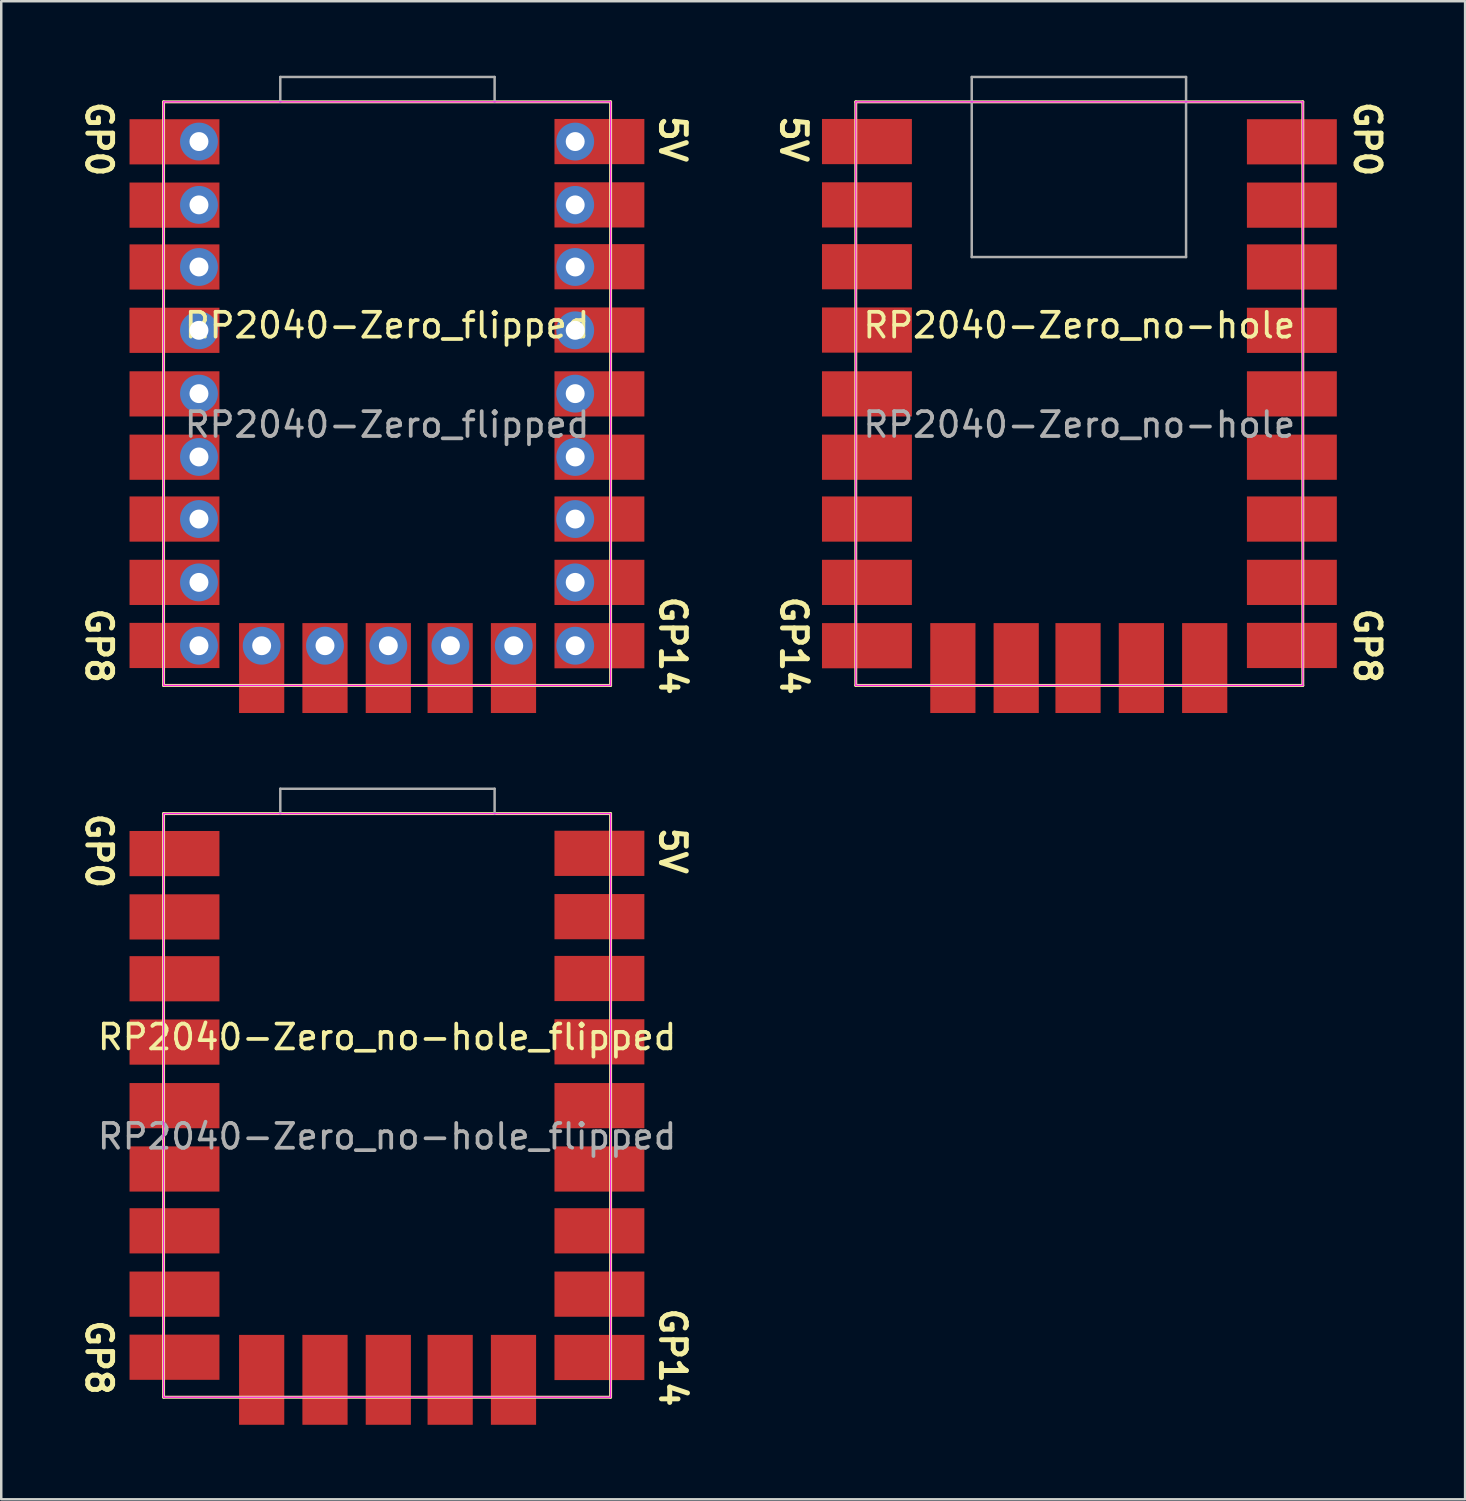
<source format=kicad_pcb>
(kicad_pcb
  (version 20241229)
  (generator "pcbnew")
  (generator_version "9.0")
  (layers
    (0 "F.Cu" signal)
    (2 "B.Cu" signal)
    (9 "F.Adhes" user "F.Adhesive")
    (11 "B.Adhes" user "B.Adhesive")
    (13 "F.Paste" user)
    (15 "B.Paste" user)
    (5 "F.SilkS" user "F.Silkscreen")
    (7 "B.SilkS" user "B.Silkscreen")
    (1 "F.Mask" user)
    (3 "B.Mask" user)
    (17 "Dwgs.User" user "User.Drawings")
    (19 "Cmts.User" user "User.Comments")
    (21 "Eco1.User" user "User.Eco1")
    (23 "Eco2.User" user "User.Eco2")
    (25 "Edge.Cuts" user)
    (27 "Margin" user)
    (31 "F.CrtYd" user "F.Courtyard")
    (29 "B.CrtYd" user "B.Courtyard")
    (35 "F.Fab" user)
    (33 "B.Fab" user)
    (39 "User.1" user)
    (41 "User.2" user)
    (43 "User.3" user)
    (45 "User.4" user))
  (footprint "RP2040-Zero_flipped"
    (layer "F.Cu")
    (at 3.436 24.55)
    (property "Reference" "RP2040-Zero_flipped" (at 9.1 -14.5 0) (unlocked yes) (layer "F.SilkS") (effects (font (size 1 1) (thickness 0.15))))
    (attr through_hole)
    (fp_line (start 0.1 -23.5) (end 18.1 -23.5) (stroke (width 0.12) (type solid)) (layer "F.SilkS"))
    (fp_line (start 0.1 0) (end 0.1 -23.5) (stroke (width 0.12) (type solid)) (layer "F.SilkS"))
    (fp_line (start 18.1 -23.5) (end 18.1 0) (stroke (width 0.12) (type solid)) (layer "F.SilkS"))
    (fp_line (start 18.1 0) (end 0.1 0) (stroke (width 0.12) (type solid)) (layer "F.SilkS"))
    (fp_line (start 0.1 -23.5) (end 0.1 0) (stroke (width 0.05) (type solid)) (layer "F.CrtYd"))
    (fp_line (start 0.1 0) (end 18.1 0) (stroke (width 0.05) (type solid)) (layer "F.CrtYd"))
    (fp_line (start 18.1 -23.5) (end 0.1 -23.5) (stroke (width 0.05) (type solid)) (layer "F.CrtYd"))
    (fp_line (start 18.1 0) (end 18.1 -23.5) (stroke (width 0.05) (type solid)) (layer "F.CrtYd"))
    (fp_line (start 4.8 -24.5) (end 4.8 -23.5) (stroke (width 0.1) (type solid)) (layer "F.Fab"))
    (fp_line (start 13.43 -24.5) (end 4.8 -24.5) (stroke (width 0.1) (type solid)) (layer "F.Fab"))
    (fp_line (start 13.43 -24.5) (end 13.43 -23.5) (stroke (width 0.1) (type solid)) (layer "F.Fab"))
    (fp_text user "GP0" (at -2.5 -22 270) (unlocked yes) (layer "F.SilkS") (effects (font (size 1 1) (thickness 0.2))))
    (fp_text user "GP8" (at -2.5 -1.6 270) (unlocked yes) (layer "F.SilkS") (effects (font (size 1 1) (thickness 0.2))))
    (fp_text user "5V" (at 20.6 -22 270) (unlocked yes) (layer "F.SilkS") (effects (font (size 1 1) (thickness 0.2))))
    (fp_text user "GP14" (at 20.6 -1.6 270) (unlocked yes) (layer "F.SilkS") (effects (font (size 1 1) (thickness 0.2))))
    (fp_text user "${REFERENCE}" (at 9.1 -10.5 0) (unlocked yes) (layer "F.Fab") (effects (font (size 1 1) (thickness 0.15))))
    (pad "" thru_hole circle (at 1.525 -21.9) (size 1.524 1.524) (drill 0.762) (layers "*.Cu" "*.Mask"))
    (pad "" thru_hole circle (at 1.525 -19.35) (size 1.524 1.524) (drill 0.762) (layers "*.Cu" "*.Mask"))
    (pad "" thru_hole circle (at 1.525 -16.85) (size 1.524 1.524) (drill 0.762) (layers "*.Cu" "*.Mask"))
    (pad "" thru_hole circle (at 1.525 -14.3) (size 1.524 1.524) (drill 0.762) (layers "*.Cu" "*.Mask"))
    (pad "" thru_hole circle (at 1.525 -11.75) (size 1.524 1.524) (drill 0.762) (layers "*.Cu" "*.Mask"))
    (pad "" thru_hole circle (at 1.525 -9.2) (size 1.524 1.524) (drill 0.762) (layers "*.Cu" "*.Mask"))
    (pad "" thru_hole circle (at 1.525 -6.7) (size 1.524 1.524) (drill 0.762) (layers "*.Cu" "*.Mask"))
    (pad "" thru_hole circle (at 1.525 -4.15) (size 1.524 1.524) (drill 0.762) (layers "*.Cu" "*.Mask"))
    (pad "" thru_hole circle (at 1.525 -1.6) (size 1.524 1.524) (drill 0.762) (layers "*.Cu" "*.Mask"))
    (pad "" thru_hole circle (at 4.05 -1.6 270) (size 1.524 1.524) (drill 0.762) (layers "*.Cu" "*.Mask"))
    (pad "" thru_hole circle (at 6.6 -1.6 270) (size 1.524 1.524) (drill 0.762) (layers "*.Cu" "*.Mask"))
    (pad "" thru_hole circle (at 9.15 -1.6 270) (size 1.524 1.524) (drill 0.762) (layers "*.Cu" "*.Mask"))
    (pad "" thru_hole circle (at 11.65 -1.6 270) (size 1.524 1.524) (drill 0.762) (layers "*.Cu" "*.Mask"))
    (pad "" thru_hole circle (at 14.2 -1.6 270) (size 1.524 1.524) (drill 0.762) (layers "*.Cu" "*.Mask"))
    (pad "" thru_hole circle (at 16.675 -21.9) (size 1.524 1.524) (drill 0.762) (layers "*.Cu" "*.Mask"))
    (pad "" thru_hole circle (at 16.675 -19.35) (size 1.524 1.524) (drill 0.762) (layers "*.Cu" "*.Mask"))
    (pad "" thru_hole circle (at 16.675 -16.85) (size 1.524 1.524) (drill 0.762) (layers "*.Cu" "*.Mask"))
    (pad "" thru_hole circle (at 16.675 -14.3) (size 1.524 1.524) (drill 0.762) (layers "*.Cu" "*.Mask"))
    (pad "" thru_hole circle (at 16.675 -11.75) (size 1.524 1.524) (drill 0.762) (layers "*.Cu" "*.Mask"))
    (pad "" thru_hole circle (at 16.675 -9.2) (size 1.524 1.524) (drill 0.762) (layers "*.Cu" "*.Mask"))
    (pad "" thru_hole circle (at 16.675 -6.7) (size 1.524 1.524) (drill 0.762) (layers "*.Cu" "*.Mask"))
    (pad "" thru_hole circle (at 16.675 -4.15) (size 1.524 1.524) (drill 0.762) (layers "*.Cu" "*.Mask"))
    (pad "" thru_hole circle (at 16.675 -1.6) (size 1.524 1.524) (drill 0.762) (layers "*.Cu" "*.Mask"))
    (pad "1" connect rect (at 0.54 -21.89) (size 3.62 1.82) (layers "F.Cu" "F.Mask"))
    (pad "2" connect rect (at 0.54 -19.34) (size 3.62 1.82) (layers "F.Cu" "F.Mask"))
    (pad "3" connect rect (at 0.54 -16.85) (size 3.62 1.82) (layers "F.Cu" "F.Mask"))
    (pad "4" connect rect (at 0.54 -14.3) (size 3.62 1.82) (layers "F.Cu" "F.Mask"))
    (pad "5" connect rect (at 0.54 -11.74) (size 3.62 1.82) (layers "F.Cu" "F.Mask"))
    (pad "6" connect rect (at 0.54 -9.19) (size 3.62 1.82) (layers "F.Cu" "F.Mask"))
    (pad "7" connect rect (at 0.54 -6.7) (size 3.62 1.82) (layers "F.Cu" "F.Mask"))
    (pad "8" connect rect (at 0.54 -4.15) (size 3.62 1.82) (layers "F.Cu" "F.Mask"))
    (pad "9" connect rect (at 0.54 -1.61) (size 3.62 1.82) (layers "F.Cu" "F.Mask"))
    (pad "10" connect rect (at 4.05 -0.7 270) (size 3.62 1.82) (layers "F.Cu" "F.Mask"))
    (pad "11" connect rect (at 6.6 -0.7 270) (size 3.62 1.82) (layers "F.Cu" "F.Mask"))
    (pad "12" connect rect (at 9.15 -0.7 270) (size 3.62 1.82) (layers "F.Cu" "F.Mask"))
    (pad "13" connect rect (at 11.64 -0.7 270) (size 3.62 1.82) (layers "F.Cu" "F.Mask"))
    (pad "14" connect rect (at 14.19 -0.7 270) (size 3.62 1.82) (layers "F.Cu" "F.Mask"))
    (pad "15" connect rect (at 17.65 -1.6) (size 3.62 1.82) (layers "F.Cu" "F.Mask"))
    (pad "16" connect rect (at 17.65 -4.15) (size 3.62 1.82) (layers "F.Cu" "F.Mask"))
    (pad "17" connect rect (at 17.65 -6.7) (size 3.62 1.82) (layers "F.Cu" "F.Mask"))
    (pad "18" connect rect (at 17.65 -9.19) (size 3.62 1.82) (layers "F.Cu" "F.Mask"))
    (pad "19" connect rect (at 17.65 -11.74) (size 3.62 1.82) (layers "F.Cu" "F.Mask"))
    (pad "20" connect rect (at 17.65 -14.31) (size 3.62 1.82) (layers "F.Cu" "F.Mask"))
    (pad "21" connect rect (at 17.65 -16.86) (size 3.62 1.82) (layers "F.Cu" "F.Mask"))
    (pad "22" connect rect (at 17.65 -21.9) (size 3.62 1.82) (layers "F.Cu" "F.Mask"))
    (pad "23" connect rect (at 17.65 -19.35) (size 3.62 1.82) (layers "F.Cu" "F.Mask")))
  (footprint "RP2040-Zero_no-hole_flipped"
    (layer "F.Cu")
    (at 3.436 53.21)
    (property "Reference" "RP2040-Zero_no-hole_flipped" (at 9.1 -14.5 0) (unlocked yes) (layer "F.SilkS") (effects (font (size 1 1) (thickness 0.15))))
    (attr through_hole)
    (fp_line (start 0.1 -23.5) (end 18.1 -23.5) (stroke (width 0.12) (type solid)) (layer "F.SilkS"))
    (fp_line (start 0.1 0) (end 0.1 -23.5) (stroke (width 0.12) (type solid)) (layer "F.SilkS"))
    (fp_line (start 18.1 -23.5) (end 18.1 0) (stroke (width 0.12) (type solid)) (layer "F.SilkS"))
    (fp_line (start 18.1 0) (end 0.1 0) (stroke (width 0.12) (type solid)) (layer "F.SilkS"))
    (fp_line (start 0.1 -23.5) (end 0.1 0) (stroke (width 0.05) (type solid)) (layer "F.CrtYd"))
    (fp_line (start 0.1 0) (end 18.1 0) (stroke (width 0.05) (type solid)) (layer "F.CrtYd"))
    (fp_line (start 18.1 -23.5) (end 0.1 -23.5) (stroke (width 0.05) (type solid)) (layer "F.CrtYd"))
    (fp_line (start 18.1 0) (end 18.1 -23.5) (stroke (width 0.05) (type solid)) (layer "F.CrtYd"))
    (fp_line (start 4.8 -24.5) (end 4.8 -23.5) (stroke (width 0.1) (type solid)) (layer "F.Fab"))
    (fp_line (start 13.43 -24.5) (end 4.8 -24.5) (stroke (width 0.1) (type solid)) (layer "F.Fab"))
    (fp_line (start 13.43 -24.5) (end 13.43 -23.5) (stroke (width 0.1) (type solid)) (layer "F.Fab"))
    (fp_text user "GP0" (at -2.5 -22 270) (unlocked yes) (layer "F.SilkS") (effects (font (size 1 1) (thickness 0.2))))
    (fp_text user "GP8" (at -2.5 -1.6 270) (unlocked yes) (layer "F.SilkS") (effects (font (size 1 1) (thickness 0.2))))
    (fp_text user "GP14" (at 20.6 -1.6 270) (unlocked yes) (layer "F.SilkS") (effects (font (size 1 1) (thickness 0.2))))
    (fp_text user "5V" (at 20.6 -22 270) (unlocked yes) (layer "F.SilkS") (effects (font (size 1 1) (thickness 0.2))))
    (fp_text user "${REFERENCE}" (at 9.1 -10.5 0) (unlocked yes) (layer "F.Fab") (effects (font (size 1 1) (thickness 0.15))))
    (pad "1" connect rect (at 0.54 -21.89) (size 3.62 1.82) (layers "F.Cu" "F.Mask"))
    (pad "2" connect rect (at 0.54 -19.34) (size 3.62 1.82) (layers "F.Cu" "F.Mask"))
    (pad "3" connect rect (at 0.54 -16.85) (size 3.62 1.82) (layers "F.Cu" "F.Mask"))
    (pad "4" connect rect (at 0.54 -14.3) (size 3.62 1.82) (layers "F.Cu" "F.Mask"))
    (pad "5" connect rect (at 0.54 -11.74) (size 3.62 1.82) (layers "F.Cu" "F.Mask"))
    (pad "6" connect rect (at 0.54 -9.19) (size 3.62 1.82) (layers "F.Cu" "F.Mask"))
    (pad "7" connect rect (at 0.54 -6.7) (size 3.62 1.82) (layers "F.Cu" "F.Mask"))
    (pad "8" connect rect (at 0.54 -4.15) (size 3.62 1.82) (layers "F.Cu" "F.Mask"))
    (pad "9" connect rect (at 0.54 -1.61) (size 3.62 1.82) (layers "F.Cu" "F.Mask"))
    (pad "10" connect rect (at 4.05 -0.7 270) (size 3.62 1.82) (layers "F.Cu" "F.Mask"))
    (pad "11" connect rect (at 6.6 -0.7 270) (size 3.62 1.82) (layers "F.Cu" "F.Mask"))
    (pad "12" connect rect (at 9.15 -0.7 270) (size 3.62 1.82) (layers "F.Cu" "F.Mask"))
    (pad "13" connect rect (at 11.64 -0.7 270) (size 3.62 1.82) (layers "F.Cu" "F.Mask"))
    (pad "14" connect rect (at 14.19 -0.7 270) (size 3.62 1.82) (layers "F.Cu" "F.Mask"))
    (pad "15" connect rect (at 17.65 -1.6) (size 3.62 1.82) (layers "F.Cu" "F.Mask"))
    (pad "16" connect rect (at 17.65 -4.15) (size 3.62 1.82) (layers "F.Cu" "F.Mask"))
    (pad "17" connect rect (at 17.65 -6.7) (size 3.62 1.82) (layers "F.Cu" "F.Mask"))
    (pad "18" connect rect (at 17.65 -9.19) (size 3.62 1.82) (layers "F.Cu" "F.Mask"))
    (pad "19" connect rect (at 17.65 -11.74) (size 3.62 1.82) (layers "F.Cu" "F.Mask"))
    (pad "20" connect rect (at 17.65 -14.31) (size 3.62 1.82) (layers "F.Cu" "F.Mask"))
    (pad "21" connect rect (at 17.65 -16.86) (size 3.62 1.82) (layers "F.Cu" "F.Mask"))
    (pad "22" connect rect (at 17.65 -21.9) (size 3.62 1.82) (layers "F.Cu" "F.Mask"))
    (pad "23" connect rect (at 17.65 -19.35) (size 3.62 1.82) (layers "F.Cu" "F.Mask")))
  (footprint "RP2040-Zero_no-hole"
    (layer "F.Cu")
    (at 31.408 24.55)
    (property "Reference" "RP2040-Zero_no-hole" (at 9 -14.5 0) (unlocked yes) (layer "F.SilkS") (effects (font (size 1 1) (thickness 0.15))))
    (attr through_hole)
    (fp_line (start 0 -23.5) (end 0 0) (stroke (width 0.12) (type solid)) (layer "F.SilkS"))
    (fp_line (start 0 0) (end 18 0) (stroke (width 0.12) (type solid)) (layer "F.SilkS"))
    (fp_line (start 18 -23.5) (end 0 -23.5) (stroke (width 0.12) (type solid)) (layer "F.SilkS"))
    (fp_line (start 18 0) (end 18 -23.5) (stroke (width 0.12) (type solid)) (layer "F.SilkS"))
    (fp_line (start 0 -23.5) (end 18 -23.5) (stroke (width 0.05) (type solid)) (layer "F.CrtYd"))
    (fp_line (start 0 0) (end 0 -23.5) (stroke (width 0.05) (type solid)) (layer "F.CrtYd"))
    (fp_line (start 18 -23.5) (end 18 0) (stroke (width 0.05) (type solid)) (layer "F.CrtYd"))
    (fp_line (start 18 0) (end 0 0) (stroke (width 0.05) (type solid)) (layer "F.CrtYd"))
    (fp_line (start 4.67 -24.5) (end 4.67 -17.25) (stroke (width 0.1) (type solid)) (layer "F.Fab"))
    (fp_line (start 4.67 -24.5) (end 13.3 -24.5) (stroke (width 0.1) (type solid)) (layer "F.Fab"))
    (fp_line (start 4.67 -17.25) (end 13.3 -17.25) (stroke (width 0.1) (type solid)) (layer "F.Fab"))
    (fp_line (start 13.3 -24.5) (end 13.3 -17.25) (stroke (width 0.1) (type solid)) (layer "F.Fab"))
    (fp_text user "GP0" (at 20.6 -22 270) (unlocked yes) (layer "F.SilkS") (effects (font (size 1 1) (thickness 0.2))))
    (fp_text user "5V" (at -2.5 -22 270) (unlocked yes) (layer "F.SilkS") (effects (font (size 1 1) (thickness 0.2))))
    (fp_text user "GP14" (at -2.5 -1.6 270) (unlocked yes) (layer "F.SilkS") (effects (font (size 1 1) (thickness 0.2))))
    (fp_text user "GP8" (at 20.6 -1.6 270) (unlocked yes) (layer "F.SilkS") (effects (font (size 1 1) (thickness 0.2))))
    (fp_text user "${REFERENCE}" (at 9 -10.5 0) (unlocked yes) (layer "F.Fab") (effects (font (size 1 1) (thickness 0.15))))
    (pad "1" connect rect (at 17.56 -21.89) (size 3.62 1.82) (layers "F.Cu" "F.Mask"))
    (pad "2" connect rect (at 17.56 -19.34) (size 3.62 1.82) (layers "F.Cu" "F.Mask"))
    (pad "3" connect rect (at 17.56 -16.85) (size 3.62 1.82) (layers "F.Cu" "F.Mask"))
    (pad "4" connect rect (at 17.56 -14.3) (size 3.62 1.82) (layers "F.Cu" "F.Mask"))
    (pad "5" connect rect (at 17.56 -11.74) (size 3.62 1.82) (layers "F.Cu" "F.Mask"))
    (pad "6" connect rect (at 17.56 -9.19) (size 3.62 1.82) (layers "F.Cu" "F.Mask"))
    (pad "7" connect rect (at 17.56 -6.7) (size 3.62 1.82) (layers "F.Cu" "F.Mask"))
    (pad "8" connect rect (at 17.56 -4.15) (size 3.62 1.82) (layers "F.Cu" "F.Mask"))
    (pad "9" connect rect (at 17.56 -1.61) (size 3.62 1.82) (layers "F.Cu" "F.Mask"))
    (pad "10" connect rect (at 14.05 -0.7 90) (size 3.62 1.82) (layers "F.Cu" "F.Mask"))
    (pad "11" connect rect (at 11.5 -0.7 90) (size 3.62 1.82) (layers "F.Cu" "F.Mask"))
    (pad "12" connect rect (at 8.95 -0.7 90) (size 3.62 1.82) (layers "F.Cu" "F.Mask"))
    (pad "13" connect rect (at 6.46 -0.7 90) (size 3.62 1.82) (layers "F.Cu" "F.Mask"))
    (pad "14" connect rect (at 3.91 -0.7 90) (size 3.62 1.82) (layers "F.Cu" "F.Mask"))
    (pad "15" connect rect (at 0.45 -1.6) (size 3.62 1.82) (layers "F.Cu" "F.Mask"))
    (pad "16" connect rect (at 0.45 -4.15) (size 3.62 1.82) (layers "F.Cu" "F.Mask"))
    (pad "17" connect rect (at 0.45 -6.7) (size 3.62 1.82) (layers "F.Cu" "F.Mask"))
    (pad "18" connect rect (at 0.45 -9.19) (size 3.62 1.82) (layers "F.Cu" "F.Mask"))
    (pad "19" connect rect (at 0.45 -11.74) (size 3.62 1.82) (layers "F.Cu" "F.Mask"))
    (pad "20" connect rect (at 0.45 -14.31) (size 3.62 1.82) (layers "F.Cu" "F.Mask"))
    (pad "21" connect rect (at 0.45 -16.86) (size 3.62 1.82) (layers "F.Cu" "F.Mask"))
    (pad "22" connect rect (at 0.45 -21.9) (size 3.62 1.82) (layers "F.Cu" "F.Mask"))
    (pad "23" connect rect (at 0.45 -19.35) (size 3.62 1.82) (layers "F.Cu" "F.Mask")))
  (gr_rect
    (start -3 -3)
    (end 55.944 57.32)
    (stroke (width 0.1) (type default))
    (fill no)
    (layer "Edge.Cuts")))
</source>
